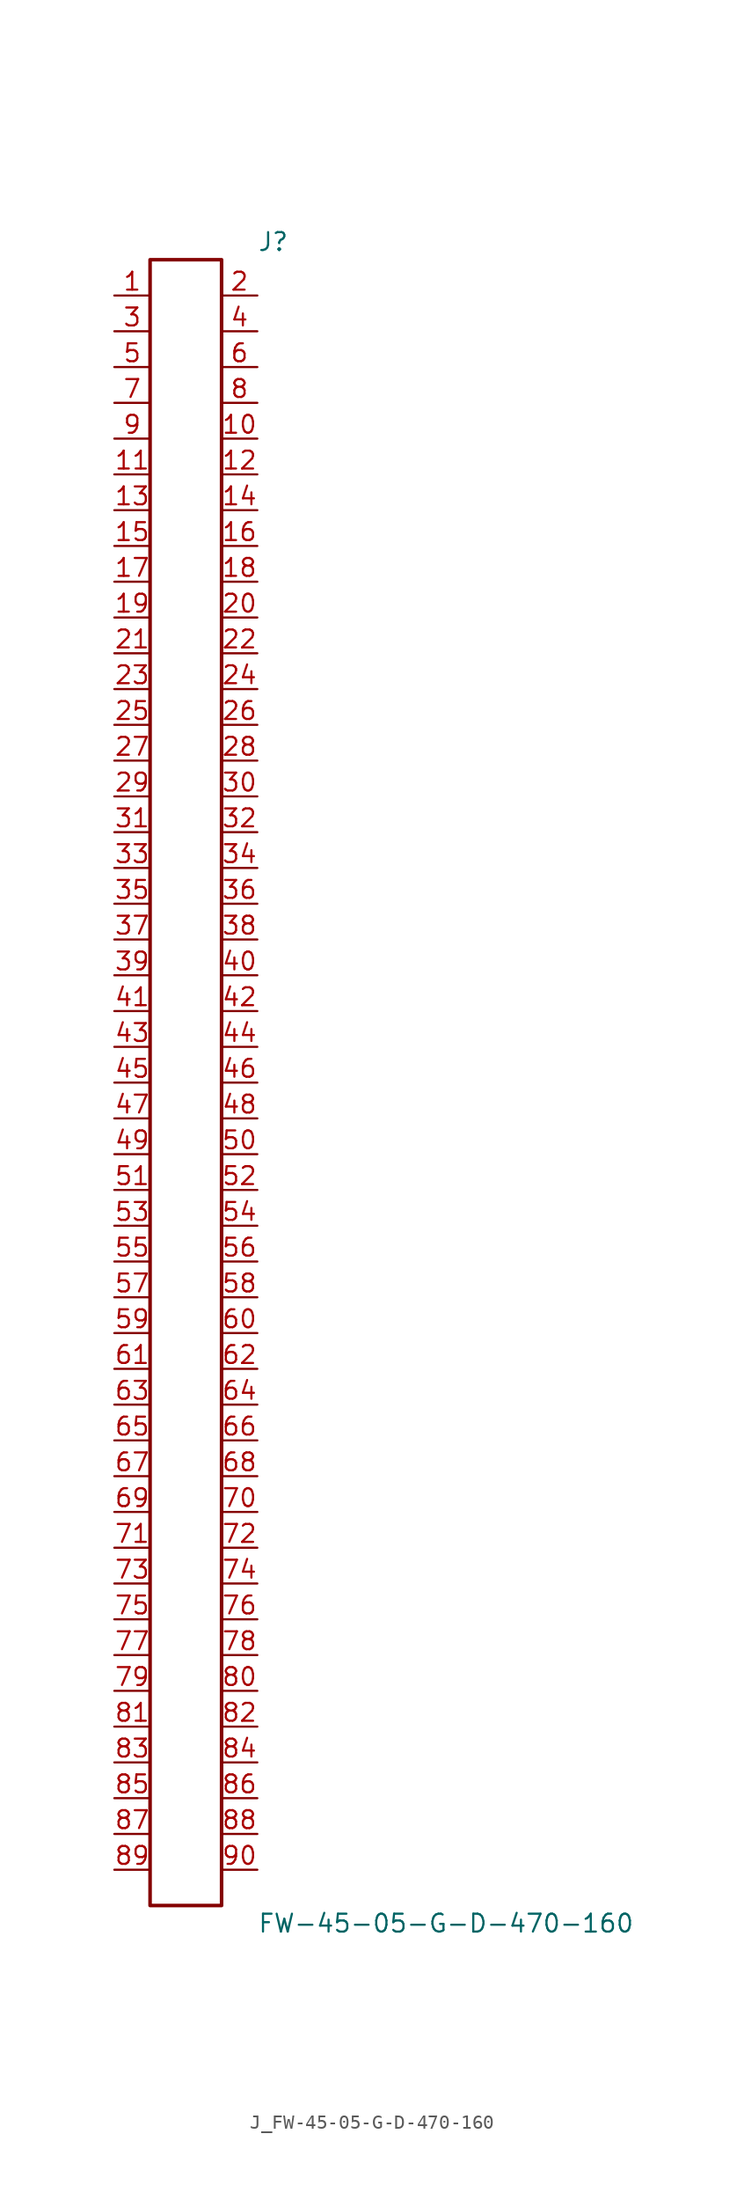
<source format=kicad_sym>
(kicad_symbol_lib
  (version 20231120)
  (generator kicad_symbol_editor)
  (generator_version 8.0)
  (symbol "J_FW-45-05-G-D-470-160"
    (pin_names
      (offset 0.254))
    (property "Reference" "J"
      (at 5.08 59.69 0)
      (effects (font (size 1.27 1.27)) (justify left)))
    (property "Value" "FW-45-05-G-D-470-160"
      (at 5.08 -59.69 0)
      (effects (font (size 1.27 1.27)) (justify left)))
    (symbol "J_FW-45-05-G-D-470-160_0_0"
      (pin unspecified line (at -5.08 55.88 0) (length 2.54) (name "" (effects (font (size 1.27 1.27)))) (number "1" (effects (font (size 1.27 1.27)))))
      (pin unspecified line (at 5.08 55.88 180) (length 2.54) (name "" (effects (font (size 1.27 1.27)))) (number "2" (effects (font (size 1.27 1.27)))))
      (pin unspecified line (at -5.08 53.34 0) (length 2.54) (name "" (effects (font (size 1.27 1.27)))) (number "3" (effects (font (size 1.27 1.27)))))
      (pin unspecified line (at 5.08 53.34 180) (length 2.54) (name "" (effects (font (size 1.27 1.27)))) (number "4" (effects (font (size 1.27 1.27)))))
      (pin unspecified line (at -5.08 50.8 0) (length 2.54) (name "" (effects (font (size 1.27 1.27)))) (number "5" (effects (font (size 1.27 1.27)))))
      (pin unspecified line (at 5.08 50.8 180) (length 2.54) (name "" (effects (font (size 1.27 1.27)))) (number "6" (effects (font (size 1.27 1.27)))))
      (pin unspecified line (at -5.08 48.26 0) (length 2.54) (name "" (effects (font (size 1.27 1.27)))) (number "7" (effects (font (size 1.27 1.27)))))
      (pin unspecified line (at 5.08 48.26 180) (length 2.54) (name "" (effects (font (size 1.27 1.27)))) (number "8" (effects (font (size 1.27 1.27)))))
      (pin unspecified line (at -5.08 45.72 0) (length 2.54) (name "" (effects (font (size 1.27 1.27)))) (number "9" (effects (font (size 1.27 1.27)))))
      (pin unspecified line (at 5.08 45.72 180) (length 2.54) (name "" (effects (font (size 1.27 1.27)))) (number "10" (effects (font (size 1.27 1.27)))))
      (pin unspecified line (at -5.08 43.18 0) (length 2.54) (name "" (effects (font (size 1.27 1.27)))) (number "11" (effects (font (size 1.27 1.27)))))
      (pin unspecified line (at 5.08 43.18 180) (length 2.54) (name "" (effects (font (size 1.27 1.27)))) (number "12" (effects (font (size 1.27 1.27)))))
      (pin unspecified line (at -5.08 40.64 0) (length 2.54) (name "" (effects (font (size 1.27 1.27)))) (number "13" (effects (font (size 1.27 1.27)))))
      (pin unspecified line (at 5.08 40.64 180) (length 2.54) (name "" (effects (font (size 1.27 1.27)))) (number "14" (effects (font (size 1.27 1.27)))))
      (pin unspecified line (at -5.08 38.1 0) (length 2.54) (name "" (effects (font (size 1.27 1.27)))) (number "15" (effects (font (size 1.27 1.27)))))
      (pin unspecified line (at 5.08 38.1 180) (length 2.54) (name "" (effects (font (size 1.27 1.27)))) (number "16" (effects (font (size 1.27 1.27)))))
      (pin unspecified line (at -5.08 35.56 0) (length 2.54) (name "" (effects (font (size 1.27 1.27)))) (number "17" (effects (font (size 1.27 1.27)))))
      (pin unspecified line (at 5.08 35.56 180) (length 2.54) (name "" (effects (font (size 1.27 1.27)))) (number "18" (effects (font (size 1.27 1.27)))))
      (pin unspecified line (at -5.08 33.02 0) (length 2.54) (name "" (effects (font (size 1.27 1.27)))) (number "19" (effects (font (size 1.27 1.27)))))
      (pin unspecified line (at 5.08 33.02 180) (length 2.54) (name "" (effects (font (size 1.27 1.27)))) (number "20" (effects (font (size 1.27 1.27)))))
      (pin unspecified line (at -5.08 30.48 0) (length 2.54) (name "" (effects (font (size 1.27 1.27)))) (number "21" (effects (font (size 1.27 1.27)))))
      (pin unspecified line (at 5.08 30.48 180) (length 2.54) (name "" (effects (font (size 1.27 1.27)))) (number "22" (effects (font (size 1.27 1.27)))))
      (pin unspecified line (at -5.08 27.94 0) (length 2.54) (name "" (effects (font (size 1.27 1.27)))) (number "23" (effects (font (size 1.27 1.27)))))
      (pin unspecified line (at 5.08 27.94 180) (length 2.54) (name "" (effects (font (size 1.27 1.27)))) (number "24" (effects (font (size 1.27 1.27)))))
      (pin unspecified line (at -5.08 25.4 0) (length 2.54) (name "" (effects (font (size 1.27 1.27)))) (number "25" (effects (font (size 1.27 1.27)))))
      (pin unspecified line (at 5.08 25.4 180) (length 2.54) (name "" (effects (font (size 1.27 1.27)))) (number "26" (effects (font (size 1.27 1.27)))))
      (pin unspecified line (at -5.08 22.86 0) (length 2.54) (name "" (effects (font (size 1.27 1.27)))) (number "27" (effects (font (size 1.27 1.27)))))
      (pin unspecified line (at 5.08 22.86 180) (length 2.54) (name "" (effects (font (size 1.27 1.27)))) (number "28" (effects (font (size 1.27 1.27)))))
      (pin unspecified line (at -5.08 20.32 0) (length 2.54) (name "" (effects (font (size 1.27 1.27)))) (number "29" (effects (font (size 1.27 1.27)))))
      (pin unspecified line (at 5.08 20.32 180) (length 2.54) (name "" (effects (font (size 1.27 1.27)))) (number "30" (effects (font (size 1.27 1.27)))))
      (pin unspecified line (at -5.08 17.78 0) (length 2.54) (name "" (effects (font (size 1.27 1.27)))) (number "31" (effects (font (size 1.27 1.27)))))
      (pin unspecified line (at 5.08 17.78 180) (length 2.54) (name "" (effects (font (size 1.27 1.27)))) (number "32" (effects (font (size 1.27 1.27)))))
      (pin unspecified line (at -5.08 15.24 0) (length 2.54) (name "" (effects (font (size 1.27 1.27)))) (number "33" (effects (font (size 1.27 1.27)))))
      (pin unspecified line (at 5.08 15.24 180) (length 2.54) (name "" (effects (font (size 1.27 1.27)))) (number "34" (effects (font (size 1.27 1.27)))))
      (pin unspecified line (at -5.08 12.7 0) (length 2.54) (name "" (effects (font (size 1.27 1.27)))) (number "35" (effects (font (size 1.27 1.27)))))
      (pin unspecified line (at 5.08 12.7 180) (length 2.54) (name "" (effects (font (size 1.27 1.27)))) (number "36" (effects (font (size 1.27 1.27)))))
      (pin unspecified line (at -5.08 10.16 0) (length 2.54) (name "" (effects (font (size 1.27 1.27)))) (number "37" (effects (font (size 1.27 1.27)))))
      (pin unspecified line (at 5.08 10.16 180) (length 2.54) (name "" (effects (font (size 1.27 1.27)))) (number "38" (effects (font (size 1.27 1.27)))))
      (pin unspecified line (at -5.08 7.62 0) (length 2.54) (name "" (effects (font (size 1.27 1.27)))) (number "39" (effects (font (size 1.27 1.27)))))
      (pin unspecified line (at 5.08 7.62 180) (length 2.54) (name "" (effects (font (size 1.27 1.27)))) (number "40" (effects (font (size 1.27 1.27)))))
      (pin unspecified line (at -5.08 5.08 0) (length 2.54) (name "" (effects (font (size 1.27 1.27)))) (number "41" (effects (font (size 1.27 1.27)))))
      (pin unspecified line (at 5.08 5.08 180) (length 2.54) (name "" (effects (font (size 1.27 1.27)))) (number "42" (effects (font (size 1.27 1.27)))))
      (pin unspecified line (at -5.08 2.54 0) (length 2.54) (name "" (effects (font (size 1.27 1.27)))) (number "43" (effects (font (size 1.27 1.27)))))
      (pin unspecified line (at 5.08 2.54 180) (length 2.54) (name "" (effects (font (size 1.27 1.27)))) (number "44" (effects (font (size 1.27 1.27)))))
      (pin unspecified line (at -5.08 0.0 0) (length 2.54) (name "" (effects (font (size 1.27 1.27)))) (number "45" (effects (font (size 1.27 1.27)))))
      (pin unspecified line (at 5.08 0.0 180) (length 2.54) (name "" (effects (font (size 1.27 1.27)))) (number "46" (effects (font (size 1.27 1.27)))))
      (pin unspecified line (at -5.08 -2.54 0) (length 2.54) (name "" (effects (font (size 1.27 1.27)))) (number "47" (effects (font (size 1.27 1.27)))))
      (pin unspecified line (at 5.08 -2.54 180) (length 2.54) (name "" (effects (font (size 1.27 1.27)))) (number "48" (effects (font (size 1.27 1.27)))))
      (pin unspecified line (at -5.08 -5.08 0) (length 2.54) (name "" (effects (font (size 1.27 1.27)))) (number "49" (effects (font (size 1.27 1.27)))))
      (pin unspecified line (at 5.08 -5.08 180) (length 2.54) (name "" (effects (font (size 1.27 1.27)))) (number "50" (effects (font (size 1.27 1.27)))))
      (pin unspecified line (at -5.08 -7.62 0) (length 2.54) (name "" (effects (font (size 1.27 1.27)))) (number "51" (effects (font (size 1.27 1.27)))))
      (pin unspecified line (at 5.08 -7.62 180) (length 2.54) (name "" (effects (font (size 1.27 1.27)))) (number "52" (effects (font (size 1.27 1.27)))))
      (pin unspecified line (at -5.08 -10.16 0) (length 2.54) (name "" (effects (font (size 1.27 1.27)))) (number "53" (effects (font (size 1.27 1.27)))))
      (pin unspecified line (at 5.08 -10.16 180) (length 2.54) (name "" (effects (font (size 1.27 1.27)))) (number "54" (effects (font (size 1.27 1.27)))))
      (pin unspecified line (at -5.08 -12.7 0) (length 2.54) (name "" (effects (font (size 1.27 1.27)))) (number "55" (effects (font (size 1.27 1.27)))))
      (pin unspecified line (at 5.08 -12.7 180) (length 2.54) (name "" (effects (font (size 1.27 1.27)))) (number "56" (effects (font (size 1.27 1.27)))))
      (pin unspecified line (at -5.08 -15.24 0) (length 2.54) (name "" (effects (font (size 1.27 1.27)))) (number "57" (effects (font (size 1.27 1.27)))))
      (pin unspecified line (at 5.08 -15.24 180) (length 2.54) (name "" (effects (font (size 1.27 1.27)))) (number "58" (effects (font (size 1.27 1.27)))))
      (pin unspecified line (at -5.08 -17.78 0) (length 2.54) (name "" (effects (font (size 1.27 1.27)))) (number "59" (effects (font (size 1.27 1.27)))))
      (pin unspecified line (at 5.08 -17.78 180) (length 2.54) (name "" (effects (font (size 1.27 1.27)))) (number "60" (effects (font (size 1.27 1.27)))))
      (pin unspecified line (at -5.08 -20.32 0) (length 2.54) (name "" (effects (font (size 1.27 1.27)))) (number "61" (effects (font (size 1.27 1.27)))))
      (pin unspecified line (at 5.08 -20.32 180) (length 2.54) (name "" (effects (font (size 1.27 1.27)))) (number "62" (effects (font (size 1.27 1.27)))))
      (pin unspecified line (at -5.08 -22.86 0) (length 2.54) (name "" (effects (font (size 1.27 1.27)))) (number "63" (effects (font (size 1.27 1.27)))))
      (pin unspecified line (at 5.08 -22.86 180) (length 2.54) (name "" (effects (font (size 1.27 1.27)))) (number "64" (effects (font (size 1.27 1.27)))))
      (pin unspecified line (at -5.08 -25.4 0) (length 2.54) (name "" (effects (font (size 1.27 1.27)))) (number "65" (effects (font (size 1.27 1.27)))))
      (pin unspecified line (at 5.08 -25.4 180) (length 2.54) (name "" (effects (font (size 1.27 1.27)))) (number "66" (effects (font (size 1.27 1.27)))))
      (pin unspecified line (at -5.08 -27.94 0) (length 2.54) (name "" (effects (font (size 1.27 1.27)))) (number "67" (effects (font (size 1.27 1.27)))))
      (pin unspecified line (at 5.08 -27.94 180) (length 2.54) (name "" (effects (font (size 1.27 1.27)))) (number "68" (effects (font (size 1.27 1.27)))))
      (pin unspecified line (at -5.08 -30.48 0) (length 2.54) (name "" (effects (font (size 1.27 1.27)))) (number "69" (effects (font (size 1.27 1.27)))))
      (pin unspecified line (at 5.08 -30.48 180) (length 2.54) (name "" (effects (font (size 1.27 1.27)))) (number "70" (effects (font (size 1.27 1.27)))))
      (pin unspecified line (at -5.08 -33.02 0) (length 2.54) (name "" (effects (font (size 1.27 1.27)))) (number "71" (effects (font (size 1.27 1.27)))))
      (pin unspecified line (at 5.08 -33.02 180) (length 2.54) (name "" (effects (font (size 1.27 1.27)))) (number "72" (effects (font (size 1.27 1.27)))))
      (pin unspecified line (at -5.08 -35.56 0) (length 2.54) (name "" (effects (font (size 1.27 1.27)))) (number "73" (effects (font (size 1.27 1.27)))))
      (pin unspecified line (at 5.08 -35.56 180) (length 2.54) (name "" (effects (font (size 1.27 1.27)))) (number "74" (effects (font (size 1.27 1.27)))))
      (pin unspecified line (at -5.08 -38.1 0) (length 2.54) (name "" (effects (font (size 1.27 1.27)))) (number "75" (effects (font (size 1.27 1.27)))))
      (pin unspecified line (at 5.08 -38.1 180) (length 2.54) (name "" (effects (font (size 1.27 1.27)))) (number "76" (effects (font (size 1.27 1.27)))))
      (pin unspecified line (at -5.08 -40.64 0) (length 2.54) (name "" (effects (font (size 1.27 1.27)))) (number "77" (effects (font (size 1.27 1.27)))))
      (pin unspecified line (at 5.08 -40.64 180) (length 2.54) (name "" (effects (font (size 1.27 1.27)))) (number "78" (effects (font (size 1.27 1.27)))))
      (pin unspecified line (at -5.08 -43.18 0) (length 2.54) (name "" (effects (font (size 1.27 1.27)))) (number "79" (effects (font (size 1.27 1.27)))))
      (pin unspecified line (at 5.08 -43.18 180) (length 2.54) (name "" (effects (font (size 1.27 1.27)))) (number "80" (effects (font (size 1.27 1.27)))))
      (pin unspecified line (at -5.08 -45.72 0) (length 2.54) (name "" (effects (font (size 1.27 1.27)))) (number "81" (effects (font (size 1.27 1.27)))))
      (pin unspecified line (at 5.08 -45.72 180) (length 2.54) (name "" (effects (font (size 1.27 1.27)))) (number "82" (effects (font (size 1.27 1.27)))))
      (pin unspecified line (at -5.08 -48.26 0) (length 2.54) (name "" (effects (font (size 1.27 1.27)))) (number "83" (effects (font (size 1.27 1.27)))))
      (pin unspecified line (at 5.08 -48.26 180) (length 2.54) (name "" (effects (font (size 1.27 1.27)))) (number "84" (effects (font (size 1.27 1.27)))))
      (pin unspecified line (at -5.08 -50.8 0) (length 2.54) (name "" (effects (font (size 1.27 1.27)))) (number "85" (effects (font (size 1.27 1.27)))))
      (pin unspecified line (at 5.08 -50.8 180) (length 2.54) (name "" (effects (font (size 1.27 1.27)))) (number "86" (effects (font (size 1.27 1.27)))))
      (pin unspecified line (at -5.08 -53.34 0) (length 2.54) (name "" (effects (font (size 1.27 1.27)))) (number "87" (effects (font (size 1.27 1.27)))))
      (pin unspecified line (at 5.08 -53.34 180) (length 2.54) (name "" (effects (font (size 1.27 1.27)))) (number "88" (effects (font (size 1.27 1.27)))))
      (pin unspecified line (at -5.08 -55.88 0) (length 2.54) (name "" (effects (font (size 1.27 1.27)))) (number "89" (effects (font (size 1.27 1.27)))))
      (pin unspecified line (at 5.08 -55.88 180) (length 2.54) (name "" (effects (font (size 1.27 1.27)))) (number "90" (effects (font (size 1.27 1.27))))))
    (symbol "J_FW-45-05-G-D-470-160_1_0"
      (rectangle (start -2.54 58.42) (end 2.54 -58.42) (stroke (width 0.254) (type solid)) (fill (type none))))))
</source>
